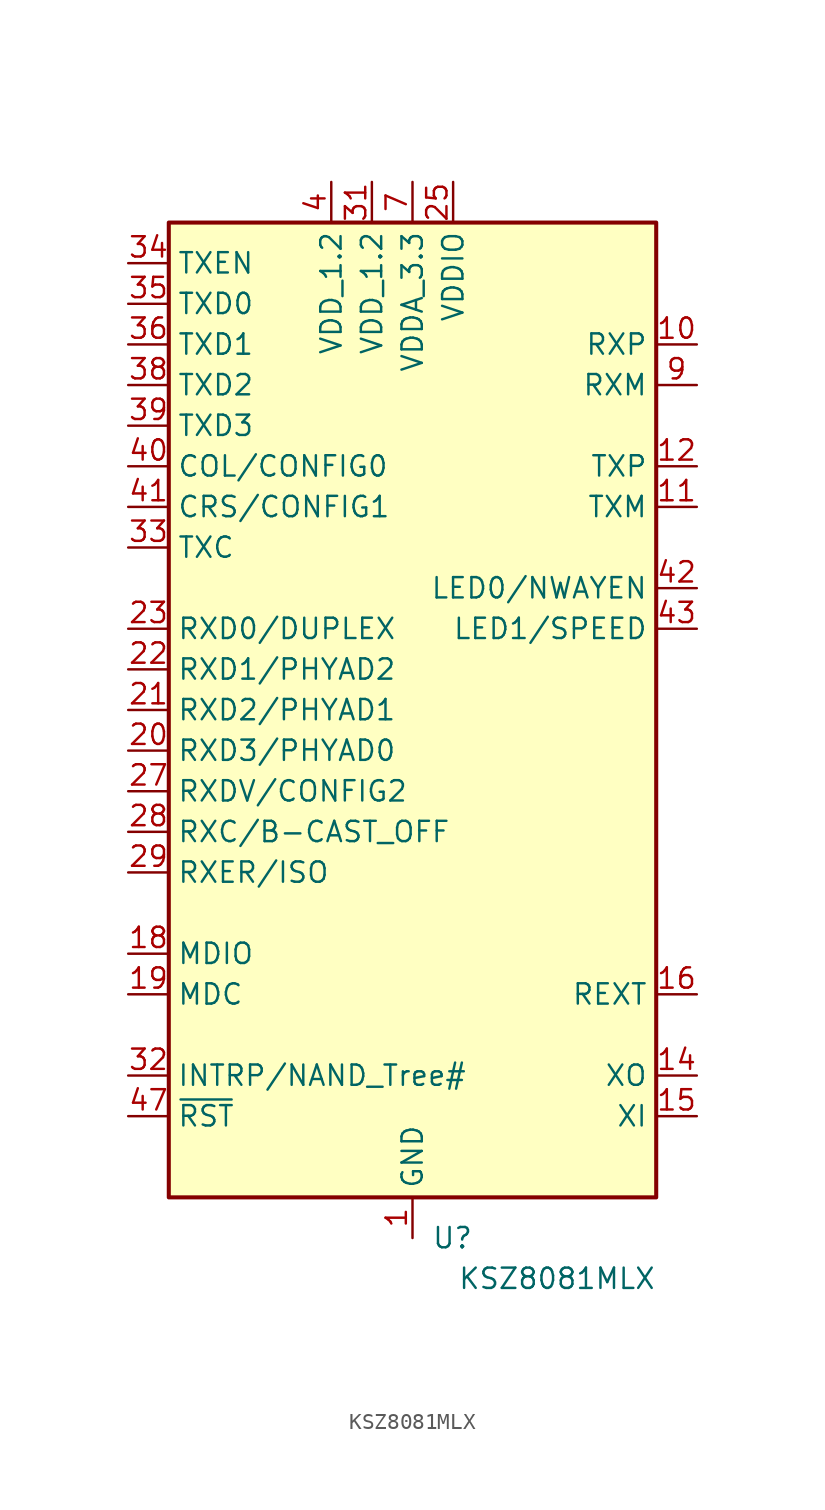
<source format=kicad_sym>
(kicad_symbol_lib
  (version 20211014)
  (generator kicad_symbol_editor)
  (symbol "KSZ8081MLX"
    (property "Reference" "U"
      (at 3.81 -33.02 0)
      (effects (font (size 1.27 1.27)) (justify right)))
    (property "Value" "KSZ8081MLX"
      (at 15.24 -35.56 0)
      (effects (font (size 1.27 1.27)) (justify right)))
    (symbol "KSZ8081MLX_1_1"
      (rectangle (start -15.24 30.48) (end 15.24 -30.48) (stroke (width 0.254) (type default) (color 0 0 0 0)) (fill (type background)))
      (pin power_in line (at 0 -33.02 90) (length 2.54) (name "GND" (effects (font (size 1.27 1.27)))) (number "1" (effects (font (size 1.27 1.27)))))
      (pin passive line (at 17.78 22.86 180) (length 2.54) (name "RXP" (effects (font (size 1.27 1.27)))) (number "10" (effects (font (size 1.27 1.27)))))
      (pin passive line (at 17.78 12.7 180) (length 2.54) (name "TXM" (effects (font (size 1.27 1.27)))) (number "11" (effects (font (size 1.27 1.27)))))
      (pin passive line (at 17.78 15.24 180) (length 2.54) (name "TXP" (effects (font (size 1.27 1.27)))) (number "12" (effects (font (size 1.27 1.27)))))
      (pin passive line (at 0 -33.02 90) (length 2.54) hide (name "GND" (effects (font (size 1.27 1.27)))) (number "13" (effects (font (size 1.27 1.27)))))
      (pin output line (at 17.78 -22.86 180) (length 2.54) (name "XO" (effects (font (size 1.27 1.27)))) (number "14" (effects (font (size 1.27 1.27)))))
      (pin input line (at 17.78 -25.4 180) (length 2.54) (name "XI" (effects (font (size 1.27 1.27)))) (number "15" (effects (font (size 1.27 1.27)))))
      (pin passive line (at 17.78 -17.78 180) (length 2.54) (name "REXT" (effects (font (size 1.27 1.27)))) (number "16" (effects (font (size 1.27 1.27)))))
      (pin passive line (at 0 -33.02 90) (length 2.54) hide (name "GND" (effects (font (size 1.27 1.27)))) (number "17" (effects (font (size 1.27 1.27)))))
      (pin bidirectional line (at -17.78 -15.24 0) (length 2.54) (name "MDIO" (effects (font (size 1.27 1.27)))) (number "18" (effects (font (size 1.27 1.27)))))
      (pin input line (at -17.78 -17.78 0) (length 2.54) (name "MDC" (effects (font (size 1.27 1.27)))) (number "19" (effects (font (size 1.27 1.27)))))
      (pin passive line (at 0 -33.02 90) (length 2.54) hide (name "GND" (effects (font (size 1.27 1.27)))) (number "2" (effects (font (size 1.27 1.27)))))
      (pin output line (at -17.78 -2.54 0) (length 2.54) (name "RXD3/PHYAD0" (effects (font (size 1.27 1.27)))) (number "20" (effects (font (size 1.27 1.27)))))
      (pin output line (at -17.78 0 0) (length 2.54) (name "RXD2/PHYAD1" (effects (font (size 1.27 1.27)))) (number "21" (effects (font (size 1.27 1.27)))))
      (pin output line (at -17.78 2.54 0) (length 2.54) (name "RXD1/PHYAD2" (effects (font (size 1.27 1.27)))) (number "22" (effects (font (size 1.27 1.27)))))
      (pin output line (at -17.78 5.08 0) (length 2.54) (name "RXD0/DUPLEX" (effects (font (size 1.27 1.27)))) (number "23" (effects (font (size 1.27 1.27)))))
      (pin passive line (at 0 -33.02 90) (length 2.54) hide (name "GND" (effects (font (size 1.27 1.27)))) (number "24" (effects (font (size 1.27 1.27)))))
      (pin power_in line (at 2.54 33.02 270) (length 2.54) (name "VDDIO" (effects (font (size 1.27 1.27)))) (number "25" (effects (font (size 1.27 1.27)))))
      (pin no_connect line (at 15.24 -7.62 180) (length 2.54) hide (name "NC" (effects (font (size 1.27 1.27)))) (number "26" (effects (font (size 1.27 1.27)))))
      (pin bidirectional line (at -17.78 -5.08 0) (length 2.54) (name "RXDV/CONFIG2" (effects (font (size 1.27 1.27)))) (number "27" (effects (font (size 1.27 1.27)))))
      (pin bidirectional line (at -17.78 -7.62 0) (length 2.54) (name "RXC/B-CAST_OFF" (effects (font (size 1.27 1.27)))) (number "28" (effects (font (size 1.27 1.27)))))
      (pin output line (at -17.78 -10.16 0) (length 2.54) (name "RXER/ISO" (effects (font (size 1.27 1.27)))) (number "29" (effects (font (size 1.27 1.27)))))
      (pin passive line (at 0 -33.02 90) (length 2.54) hide (name "GND" (effects (font (size 1.27 1.27)))) (number "3" (effects (font (size 1.27 1.27)))))
      (pin passive line (at 0 -33.02 90) (length 2.54) hide (name "GND" (effects (font (size 1.27 1.27)))) (number "30" (effects (font (size 1.27 1.27)))))
      (pin power_in line (at -2.54 33.02 270) (length 2.54) (name "VDD_1.2" (effects (font (size 1.27 1.27)))) (number "31" (effects (font (size 1.27 1.27)))))
      (pin bidirectional line (at -17.78 -22.86 0) (length 2.54) (name "INTRP/NAND_Tree#" (effects (font (size 1.27 1.27)))) (number "32" (effects (font (size 1.27 1.27)))))
      (pin bidirectional line (at -17.78 10.16 0) (length 2.54) (name "TXC" (effects (font (size 1.27 1.27)))) (number "33" (effects (font (size 1.27 1.27)))))
      (pin input line (at -17.78 27.94 0) (length 2.54) (name "TXEN" (effects (font (size 1.27 1.27)))) (number "34" (effects (font (size 1.27 1.27)))))
      (pin input line (at -17.78 25.4 0) (length 2.54) (name "TXD0" (effects (font (size 1.27 1.27)))) (number "35" (effects (font (size 1.27 1.27)))))
      (pin input line (at -17.78 22.86 0) (length 2.54) (name "TXD1" (effects (font (size 1.27 1.27)))) (number "36" (effects (font (size 1.27 1.27)))))
      (pin passive line (at 0 -33.02 90) (length 2.54) hide (name "GND" (effects (font (size 1.27 1.27)))) (number "37" (effects (font (size 1.27 1.27)))))
      (pin input line (at -17.78 20.32 0) (length 2.54) (name "TXD2" (effects (font (size 1.27 1.27)))) (number "38" (effects (font (size 1.27 1.27)))))
      (pin input line (at -17.78 17.78 0) (length 2.54) (name "TXD3" (effects (font (size 1.27 1.27)))) (number "39" (effects (font (size 1.27 1.27)))))
      (pin power_out line (at -5.08 33.02 270) (length 2.54) (name "VDD_1.2" (effects (font (size 1.27 1.27)))) (number "4" (effects (font (size 1.27 1.27)))))
      (pin bidirectional line (at -17.78 15.24 0) (length 2.54) (name "COL/CONFIG0" (effects (font (size 1.27 1.27)))) (number "40" (effects (font (size 1.27 1.27)))))
      (pin bidirectional line (at -17.78 12.7 0) (length 2.54) (name "CRS/CONFIG1" (effects (font (size 1.27 1.27)))) (number "41" (effects (font (size 1.27 1.27)))))
      (pin bidirectional line (at 17.78 7.62 180) (length 2.54) (name "LED0/NWAYEN" (effects (font (size 1.27 1.27)))) (number "42" (effects (font (size 1.27 1.27)))))
      (pin output line (at 17.78 5.08 180) (length 2.54) (name "LED1/SPEED" (effects (font (size 1.27 1.27)))) (number "43" (effects (font (size 1.27 1.27)))))
      (pin no_connect line (at 15.24 -15.24 180) (length 2.54) hide (name "TEST/NC" (effects (font (size 1.27 1.27)))) (number "44" (effects (font (size 1.27 1.27)))))
      (pin no_connect line (at 15.24 -10.16 180) (length 2.54) hide (name "NC" (effects (font (size 1.27 1.27)))) (number "45" (effects (font (size 1.27 1.27)))))
      (pin no_connect line (at 15.24 -12.7 180) (length 2.54) hide (name "NC" (effects (font (size 1.27 1.27)))) (number "46" (effects (font (size 1.27 1.27)))))
      (pin input line (at -17.78 -25.4 0) (length 2.54) (name "~{RST}" (effects (font (size 1.27 1.27)))) (number "47" (effects (font (size 1.27 1.27)))))
      (pin no_connect line (at 15.24 0 180) (length 2.54) hide (name "NC" (effects (font (size 1.27 1.27)))) (number "5" (effects (font (size 1.27 1.27)))))
      (pin no_connect line (at 15.24 -2.54 180) (length 2.54) hide (name "NC" (effects (font (size 1.27 1.27)))) (number "6" (effects (font (size 1.27 1.27)))))
      (pin power_in line (at 0 33.02 270) (length 2.54) (name "VDDA_3.3" (effects (font (size 1.27 1.27)))) (number "7" (effects (font (size 1.27 1.27)))))
      (pin no_connect line (at 15.24 -5.08 180) (length 2.54) hide (name "NC" (effects (font (size 1.27 1.27)))) (number "8" (effects (font (size 1.27 1.27)))))
      (pin passive line (at 17.78 20.32 180) (length 2.54) (name "RXM" (effects (font (size 1.27 1.27)))) (number "9" (effects (font (size 1.27 1.27))))))))
</source>
